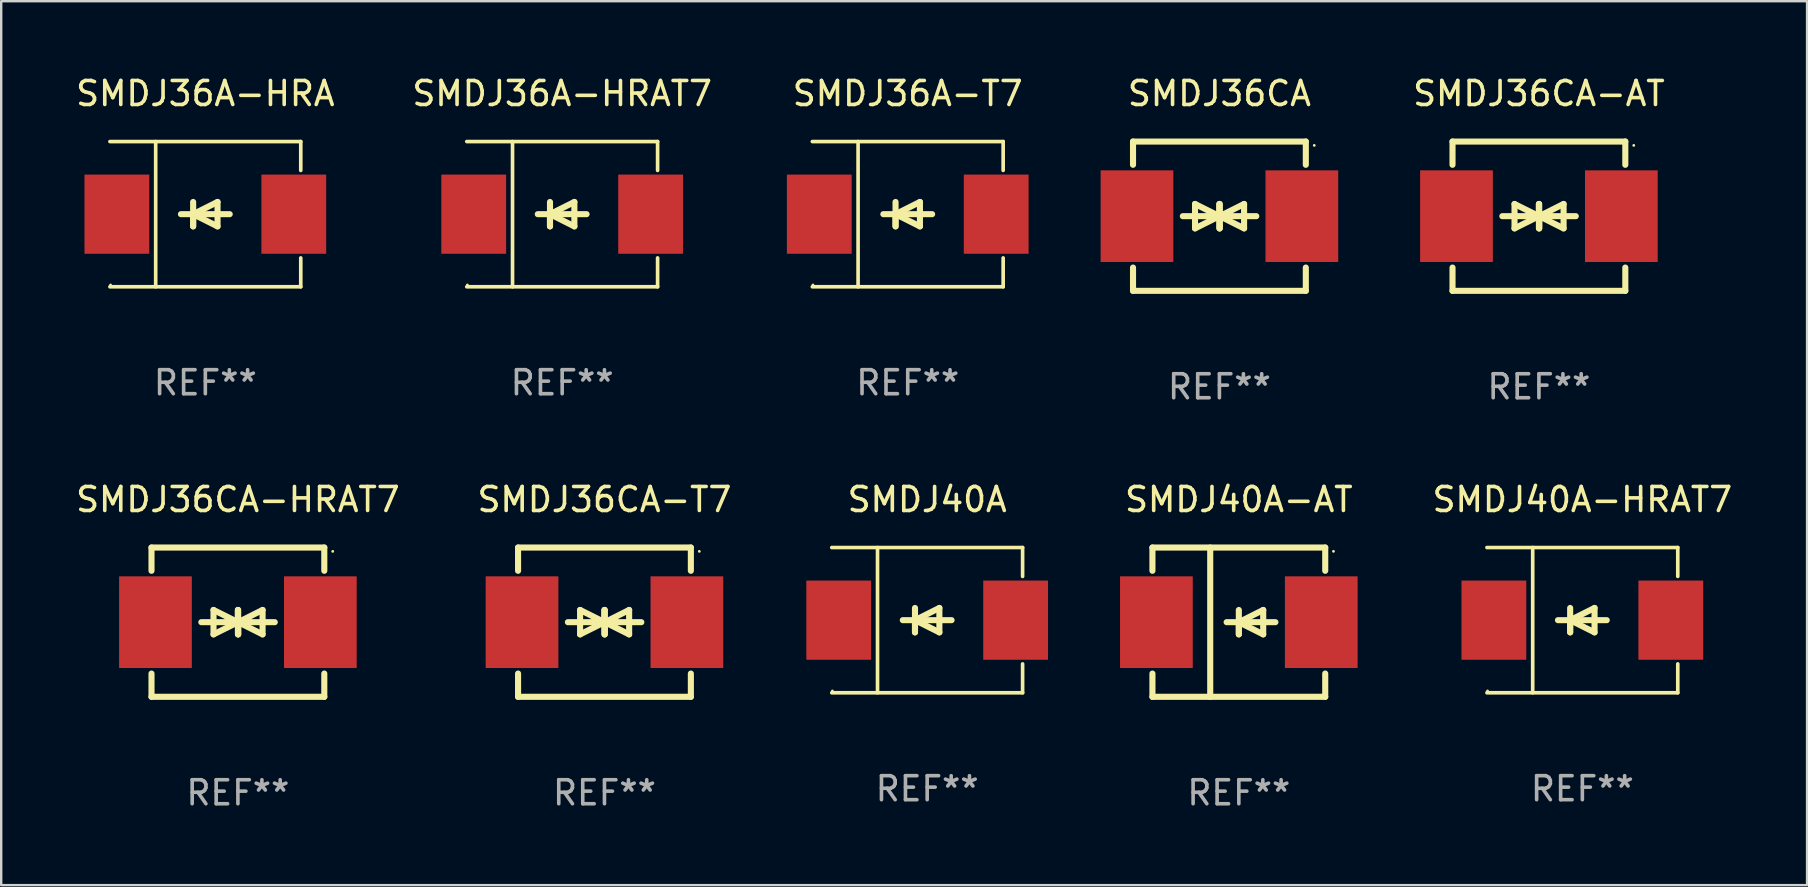
<source format=kicad_pcb>
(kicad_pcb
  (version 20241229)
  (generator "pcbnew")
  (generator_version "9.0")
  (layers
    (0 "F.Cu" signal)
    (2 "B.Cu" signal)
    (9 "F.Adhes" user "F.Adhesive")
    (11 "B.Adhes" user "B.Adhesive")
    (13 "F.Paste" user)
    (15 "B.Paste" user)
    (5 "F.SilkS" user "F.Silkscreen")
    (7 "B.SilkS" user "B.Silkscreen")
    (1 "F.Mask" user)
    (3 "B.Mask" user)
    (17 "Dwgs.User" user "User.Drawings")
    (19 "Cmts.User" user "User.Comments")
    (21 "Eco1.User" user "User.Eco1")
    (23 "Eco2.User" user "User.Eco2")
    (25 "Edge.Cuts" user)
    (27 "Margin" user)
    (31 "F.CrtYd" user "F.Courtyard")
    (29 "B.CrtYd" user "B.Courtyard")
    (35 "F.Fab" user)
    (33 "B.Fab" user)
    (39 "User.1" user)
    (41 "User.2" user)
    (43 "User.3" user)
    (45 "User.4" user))
  (footprint "SMDJ36CA-HRAT7"
    (layer "F.Cu")
    (at 6.863 22.875)
    (property "Reference" "SMDJ36CA-HRAT7" (at 0 -5.11 0) (layer "F.SilkS") (effects (font (size 1 1) (thickness 0.15))))
    (attr through_hole)
    (fp_line (start -3.6 -2.141) (end -3.6 -3.11) (stroke (width 0.254) (type solid)) (layer "F.SilkS"))
    (fp_line (start -3.6 3.11) (end -3.6 2.141) (stroke (width 0.254) (type solid)) (layer "F.SilkS"))
    (fp_line (start -1.524 0) (end 0.508 0) (stroke (width 0.254) (type solid)) (layer "F.SilkS"))
    (fp_line (start -1.016 -0.508) (end -1.016 0.508) (stroke (width 0.254) (type solid)) (layer "F.SilkS"))
    (fp_line (start -1.016 0.508) (end 0 0) (stroke (width 0.254) (type solid)) (layer "F.SilkS"))
    (fp_line (start 0 -0.508) (end 0 0.508) (stroke (width 0.254) (type solid)) (layer "F.SilkS"))
    (fp_line (start 0 0) (end -1.016 -0.508) (stroke (width 0.254) (type solid)) (layer "F.SilkS"))
    (fp_line (start 0 0) (end 0 -0.508) (stroke (width 0.254) (type solid)) (layer "F.SilkS"))
    (fp_line (start 0.012 0) (end 0.012 0.508) (stroke (width 0.254) (type solid)) (layer "F.SilkS"))
    (fp_line (start 0.012 0) (end 1.028 0.508) (stroke (width 0.254) (type solid)) (layer "F.SilkS"))
    (fp_line (start 0.012 0.508) (end 0.012 -0.508) (stroke (width 0.254) (type solid)) (layer "F.SilkS"))
    (fp_line (start 1.028 -0.508) (end 0.012 0) (stroke (width 0.254) (type solid)) (layer "F.SilkS"))
    (fp_line (start 1.028 0.508) (end 1.028 -0.508) (stroke (width 0.254) (type solid)) (layer "F.SilkS"))
    (fp_line (start 1.536 0) (end -0.496 0) (stroke (width 0.254) (type solid)) (layer "F.SilkS"))
    (fp_line (start 3.6 -3.11) (end -3.6 -3.11) (stroke (width 0.254) (type solid)) (layer "F.SilkS"))
    (fp_line (start 3.6 -2.141) (end 3.6 -3.11) (stroke (width 0.254) (type solid)) (layer "F.SilkS"))
    (fp_line (start 3.6 3.11) (end -3.6 3.11) (stroke (width 0.254) (type solid)) (layer "F.SilkS"))
    (fp_line (start 3.6 3.11) (end 3.6 2.141) (stroke (width 0.254) (type solid)) (layer "F.SilkS"))
    (fp_circle (center 3.952 -2.95) (end 3.982 -2.95) (stroke (width 0.06) (type solid)) (fill no) (layer "F.SilkS"))
    (fp_text user "REF**" (at 0 7.11 0) (layer "F.Fab") (effects (font (size 1 1) (thickness 0.15))))
    (pad "1" smd rect (at 3.435 0) (size 3.03 3.82) (layers "F.Cu" "F.Mask" "F.Paste"))
    (pad "2" smd rect (at -3.435 0) (size 3.03 3.82) (layers "F.Cu" "F.Mask" "F.Paste")))
  (footprint "SMDJ36CA-T7"
    (layer "F.Cu")
    (at 22.137 22.875)
    (property "Reference" "SMDJ36CA-T7" (at 0 -5.11 0) (layer "F.SilkS") (effects (font (size 1 1) (thickness 0.15))))
    (attr through_hole)
    (fp_line (start -3.6 -2.141) (end -3.6 -3.11) (stroke (width 0.254) (type solid)) (layer "F.SilkS"))
    (fp_line (start -3.6 3.11) (end -3.6 2.141) (stroke (width 0.254) (type solid)) (layer "F.SilkS"))
    (fp_line (start -1.524 0) (end 0.508 0) (stroke (width 0.254) (type solid)) (layer "F.SilkS"))
    (fp_line (start -1.016 -0.508) (end -1.016 0.508) (stroke (width 0.254) (type solid)) (layer "F.SilkS"))
    (fp_line (start -1.016 0.508) (end 0 0) (stroke (width 0.254) (type solid)) (layer "F.SilkS"))
    (fp_line (start 0 -0.508) (end 0 0.508) (stroke (width 0.254) (type solid)) (layer "F.SilkS"))
    (fp_line (start 0 0) (end -1.016 -0.508) (stroke (width 0.254) (type solid)) (layer "F.SilkS"))
    (fp_line (start 0 0) (end 0 -0.508) (stroke (width 0.254) (type solid)) (layer "F.SilkS"))
    (fp_line (start 0.012 0) (end 0.012 0.508) (stroke (width 0.254) (type solid)) (layer "F.SilkS"))
    (fp_line (start 0.012 0) (end 1.028 0.508) (stroke (width 0.254) (type solid)) (layer "F.SilkS"))
    (fp_line (start 0.012 0.508) (end 0.012 -0.508) (stroke (width 0.254) (type solid)) (layer "F.SilkS"))
    (fp_line (start 1.028 -0.508) (end 0.012 0) (stroke (width 0.254) (type solid)) (layer "F.SilkS"))
    (fp_line (start 1.028 0.508) (end 1.028 -0.508) (stroke (width 0.254) (type solid)) (layer "F.SilkS"))
    (fp_line (start 1.536 0) (end -0.496 0) (stroke (width 0.254) (type solid)) (layer "F.SilkS"))
    (fp_line (start 3.6 -3.11) (end -3.6 -3.11) (stroke (width 0.254) (type solid)) (layer "F.SilkS"))
    (fp_line (start 3.6 -2.141) (end 3.6 -3.11) (stroke (width 0.254) (type solid)) (layer "F.SilkS"))
    (fp_line (start 3.6 3.11) (end -3.6 3.11) (stroke (width 0.254) (type solid)) (layer "F.SilkS"))
    (fp_line (start 3.6 3.11) (end 3.6 2.141) (stroke (width 0.254) (type solid)) (layer "F.SilkS"))
    (fp_circle (center 3.952 -2.95) (end 3.982 -2.95) (stroke (width 0.06) (type solid)) (fill no) (layer "F.SilkS"))
    (fp_text user "REF**" (at 0 7.11 0) (layer "F.Fab") (effects (font (size 1 1) (thickness 0.15))))
    (pad "1" smd rect (at 3.435 0) (size 3.03 3.82) (layers "F.Cu" "F.Mask" "F.Paste"))
    (pad "2" smd rect (at -3.435 0) (size 3.03 3.82) (layers "F.Cu" "F.Mask" "F.Paste")))
  (footprint "SMDJ40A-AT"
    (layer "F.Cu")
    (at 48.57 22.875)
    (property "Reference" "SMDJ40A-AT" (at 0 -5.11 0) (layer "F.SilkS") (effects (font (size 1 1) (thickness 0.15))))
    (attr through_hole)
    (fp_line (start -3.6 -3.11) (end -3.6 -2.141) (stroke (width 0.254) (type solid)) (layer "F.SilkS"))
    (fp_line (start -3.6 -3.11) (end 3.6 -3.11) (stroke (width 0.254) (type solid)) (layer "F.SilkS"))
    (fp_line (start -3.6 2.141) (end -3.6 3.11) (stroke (width 0.254) (type solid)) (layer "F.SilkS"))
    (fp_line (start -3.6 3.11) (end 3.6 3.11) (stroke (width 0.254) (type solid)) (layer "F.SilkS"))
    (fp_line (start -1.192 -3.11) (end -1.192 3.11) (stroke (width 0.254) (type solid)) (layer "F.SilkS"))
    (fp_line (start 0 0) (end 0 0.508) (stroke (width 0.254) (type solid)) (layer "F.SilkS"))
    (fp_line (start 0 0) (end 1.016 0.508) (stroke (width 0.254) (type solid)) (layer "F.SilkS"))
    (fp_line (start 0 0.508) (end 0 -0.508) (stroke (width 0.254) (type solid)) (layer "F.SilkS"))
    (fp_line (start 1.016 -0.508) (end 0 0) (stroke (width 0.254) (type solid)) (layer "F.SilkS"))
    (fp_line (start 1.016 0.508) (end 1.016 -0.508) (stroke (width 0.254) (type solid)) (layer "F.SilkS"))
    (fp_line (start 1.524 0) (end -0.508 0) (stroke (width 0.254) (type solid)) (layer "F.SilkS"))
    (fp_line (start 3.6 -3.11) (end 3.6 -2.141) (stroke (width 0.254) (type solid)) (layer "F.SilkS"))
    (fp_line (start 3.6 2.141) (end 3.6 3.11) (stroke (width 0.254) (type solid)) (layer "F.SilkS"))
    (fp_circle (center 3.943 -2.952) (end 3.973 -2.952) (stroke (width 0.06) (type solid)) (fill no) (layer "F.SilkS"))
    (fp_text user "REF**" (at 0 7.11 0) (layer "F.Fab") (effects (font (size 1 1) (thickness 0.15))))
    (pad "1" smd rect (at 3.435 0 180) (size 3.03 3.82) (layers "F.Cu" "F.Mask" "F.Paste"))
    (pad "2" smd rect (at -3.435 0 180) (size 3.03 3.82) (layers "F.Cu" "F.Mask" "F.Paste")))
  (footprint "SMDJ36A-HRA"
    (layer "F.Cu")
    (at 5.506 5.874)
    (property "Reference" "SMDJ36A-HRA" (at 0 -5.026 0) (layer "F.SilkS") (effects (font (size 1 1) (thickness 0.15))))
    (attr through_hole)
    (fp_line (start -3.976 -3.026) (end 3.976 -3.026) (stroke (width 0.152) (type solid)) (layer "F.SilkS"))
    (fp_line (start -3.976 3.026) (end 3.976 3.026) (stroke (width 0.152) (type solid)) (layer "F.SilkS"))
    (fp_line (start -2.069 -3.026) (end -2.069 3.026) (stroke (width 0.152) (type solid)) (layer "F.SilkS"))
    (fp_line (start -0.508 0) (end -0.508 0.508) (stroke (width 0.254) (type solid)) (layer "F.SilkS"))
    (fp_line (start -0.508 0) (end 0.508 0.508) (stroke (width 0.254) (type solid)) (layer "F.SilkS"))
    (fp_line (start -0.508 0.508) (end -0.508 -0.508) (stroke (width 0.254) (type solid)) (layer "F.SilkS"))
    (fp_line (start 0.508 -0.508) (end -0.508 0) (stroke (width 0.254) (type solid)) (layer "F.SilkS"))
    (fp_line (start 0.508 0.508) (end 0.508 -0.508) (stroke (width 0.254) (type solid)) (layer "F.SilkS"))
    (fp_line (start 1.016 0) (end -1.016 0) (stroke (width 0.254) (type solid)) (layer "F.SilkS"))
    (fp_line (start 3.976 -3.026) (end 3.976 -1.823) (stroke (width 0.152) (type solid)) (layer "F.SilkS"))
    (fp_line (start 3.976 3.026) (end 3.976 1.823) (stroke (width 0.152) (type solid)) (layer "F.SilkS"))
    (fp_circle (center -3.95 2.95) (end -3.92 2.95) (stroke (width 0.06) (type solid)) (fill no) (layer "F.SilkS"))
    (fp_text user "REF**" (at 0 7.026 0) (layer "F.Fab") (effects (font (size 1 1) (thickness 0.15))))
    (pad "1" smd rect (at -3.686 0) (size 2.7 3.3) (layers "F.Cu" "F.Mask" "F.Paste"))
    (pad "2" smd rect (at 3.686 0) (size 2.7 3.3) (layers "F.Cu" "F.Mask" "F.Paste")))
  (footprint "SMDJ36A-T7"
    (layer "F.Cu")
    (at 34.774 5.874)
    (property "Reference" "SMDJ36A-T7" (at 0 -5.026 0) (layer "F.SilkS") (effects (font (size 1 1) (thickness 0.15))))
    (attr through_hole)
    (fp_line (start -3.976 -3.026) (end 3.976 -3.026) (stroke (width 0.152) (type solid)) (layer "F.SilkS"))
    (fp_line (start -3.976 3.026) (end 3.976 3.026) (stroke (width 0.152) (type solid)) (layer "F.SilkS"))
    (fp_line (start -2.069 -3.026) (end -2.069 3.026) (stroke (width 0.152) (type solid)) (layer "F.SilkS"))
    (fp_line (start -0.508 0) (end -0.508 0.508) (stroke (width 0.254) (type solid)) (layer "F.SilkS"))
    (fp_line (start -0.508 0) (end 0.508 0.508) (stroke (width 0.254) (type solid)) (layer "F.SilkS"))
    (fp_line (start -0.508 0.508) (end -0.508 -0.508) (stroke (width 0.254) (type solid)) (layer "F.SilkS"))
    (fp_line (start 0.508 -0.508) (end -0.508 0) (stroke (width 0.254) (type solid)) (layer "F.SilkS"))
    (fp_line (start 0.508 0.508) (end 0.508 -0.508) (stroke (width 0.254) (type solid)) (layer "F.SilkS"))
    (fp_line (start 1.016 0) (end -1.016 0) (stroke (width 0.254) (type solid)) (layer "F.SilkS"))
    (fp_line (start 3.976 -3.026) (end 3.976 -1.823) (stroke (width 0.152) (type solid)) (layer "F.SilkS"))
    (fp_line (start 3.976 3.026) (end 3.976 1.823) (stroke (width 0.152) (type solid)) (layer "F.SilkS"))
    (fp_circle (center -3.95 2.95) (end -3.92 2.95) (stroke (width 0.06) (type solid)) (fill no) (layer "F.SilkS"))
    (fp_text user "REF**" (at 0 7.026 0) (layer "F.Fab") (effects (font (size 1 1) (thickness 0.15))))
    (pad "1" smd rect (at -3.686 0) (size 2.7 3.3) (layers "F.Cu" "F.Mask" "F.Paste"))
    (pad "2" smd rect (at 3.686 0) (size 2.7 3.3) (layers "F.Cu" "F.Mask" "F.Paste")))
  (footprint "SMDJ40A-HRAT7"
    (layer "F.Cu")
    (at 62.884 22.791)
    (property "Reference" "SMDJ40A-HRAT7" (at 0 -5.026 0) (layer "F.SilkS") (effects (font (size 1 1) (thickness 0.15))))
    (attr through_hole)
    (fp_line (start -3.976 -3.026) (end 3.976 -3.026) (stroke (width 0.152) (type solid)) (layer "F.SilkS"))
    (fp_line (start -3.976 3.026) (end 3.976 3.026) (stroke (width 0.152) (type solid)) (layer "F.SilkS"))
    (fp_line (start -2.069 -3.026) (end -2.069 3.026) (stroke (width 0.152) (type solid)) (layer "F.SilkS"))
    (fp_line (start -0.508 0) (end -0.508 0.508) (stroke (width 0.254) (type solid)) (layer "F.SilkS"))
    (fp_line (start -0.508 0) (end 0.508 0.508) (stroke (width 0.254) (type solid)) (layer "F.SilkS"))
    (fp_line (start -0.508 0.508) (end -0.508 -0.508) (stroke (width 0.254) (type solid)) (layer "F.SilkS"))
    (fp_line (start 0.508 -0.508) (end -0.508 0) (stroke (width 0.254) (type solid)) (layer "F.SilkS"))
    (fp_line (start 0.508 0.508) (end 0.508 -0.508) (stroke (width 0.254) (type solid)) (layer "F.SilkS"))
    (fp_line (start 1.016 0) (end -1.016 0) (stroke (width 0.254) (type solid)) (layer "F.SilkS"))
    (fp_line (start 3.976 -3.026) (end 3.976 -1.823) (stroke (width 0.152) (type solid)) (layer "F.SilkS"))
    (fp_line (start 3.976 3.026) (end 3.976 1.823) (stroke (width 0.152) (type solid)) (layer "F.SilkS"))
    (fp_circle (center -3.95 2.95) (end -3.92 2.95) (stroke (width 0.06) (type solid)) (fill no) (layer "F.SilkS"))
    (fp_text user "REF**" (at 0 7.026 0) (layer "F.Fab") (effects (font (size 1 1) (thickness 0.15))))
    (pad "1" smd rect (at -3.686 0) (size 2.7 3.3) (layers "F.Cu" "F.Mask" "F.Paste"))
    (pad "2" smd rect (at 3.686 0) (size 2.7 3.3) (layers "F.Cu" "F.Mask" "F.Paste")))
  (footprint "SMDJ36CA"
    (layer "F.Cu")
    (at 47.761 5.958)
    (property "Reference" "SMDJ36CA" (at 0 -5.11 0) (layer "F.SilkS") (effects (font (size 1 1) (thickness 0.15))))
    (attr through_hole)
    (fp_line (start -3.6 -2.141) (end -3.6 -3.11) (stroke (width 0.254) (type solid)) (layer "F.SilkS"))
    (fp_line (start -3.6 3.11) (end -3.6 2.141) (stroke (width 0.254) (type solid)) (layer "F.SilkS"))
    (fp_line (start -1.524 0) (end 0.508 0) (stroke (width 0.254) (type solid)) (layer "F.SilkS"))
    (fp_line (start -1.016 -0.508) (end -1.016 0.508) (stroke (width 0.254) (type solid)) (layer "F.SilkS"))
    (fp_line (start -1.016 0.508) (end 0 0) (stroke (width 0.254) (type solid)) (layer "F.SilkS"))
    (fp_line (start 0 -0.508) (end 0 0.508) (stroke (width 0.254) (type solid)) (layer "F.SilkS"))
    (fp_line (start 0 0) (end -1.016 -0.508) (stroke (width 0.254) (type solid)) (layer "F.SilkS"))
    (fp_line (start 0 0) (end 0 -0.508) (stroke (width 0.254) (type solid)) (layer "F.SilkS"))
    (fp_line (start 0.012 0) (end 0.012 0.508) (stroke (width 0.254) (type solid)) (layer "F.SilkS"))
    (fp_line (start 0.012 0) (end 1.028 0.508) (stroke (width 0.254) (type solid)) (layer "F.SilkS"))
    (fp_line (start 0.012 0.508) (end 0.012 -0.508) (stroke (width 0.254) (type solid)) (layer "F.SilkS"))
    (fp_line (start 1.028 -0.508) (end 0.012 0) (stroke (width 0.254) (type solid)) (layer "F.SilkS"))
    (fp_line (start 1.028 0.508) (end 1.028 -0.508) (stroke (width 0.254) (type solid)) (layer "F.SilkS"))
    (fp_line (start 1.536 0) (end -0.496 0) (stroke (width 0.254) (type solid)) (layer "F.SilkS"))
    (fp_line (start 3.6 -3.11) (end -3.6 -3.11) (stroke (width 0.254) (type solid)) (layer "F.SilkS"))
    (fp_line (start 3.6 -2.141) (end 3.6 -3.11) (stroke (width 0.254) (type solid)) (layer "F.SilkS"))
    (fp_line (start 3.6 3.11) (end -3.6 3.11) (stroke (width 0.254) (type solid)) (layer "F.SilkS"))
    (fp_line (start 3.6 3.11) (end 3.6 2.141) (stroke (width 0.254) (type solid)) (layer "F.SilkS"))
    (fp_circle (center 3.952 -2.95) (end 3.982 -2.95) (stroke (width 0.06) (type solid)) (fill no) (layer "F.SilkS"))
    (fp_text user "REF**" (at 0 7.11 0) (layer "F.Fab") (effects (font (size 1 1) (thickness 0.15))))
    (pad "1" smd rect (at 3.435 0) (size 3.03 3.82) (layers "F.Cu" "F.Mask" "F.Paste"))
    (pad "2" smd rect (at -3.435 0) (size 3.03 3.82) (layers "F.Cu" "F.Mask" "F.Paste")))
  (footprint "SMDJ36A-HRAT7"
    (layer "F.Cu")
    (at 20.375 5.874)
    (property "Reference" "SMDJ36A-HRAT7" (at 0 -5.026 0) (layer "F.SilkS") (effects (font (size 1 1) (thickness 0.15))))
    (attr through_hole)
    (fp_line (start -3.976 -3.026) (end 3.976 -3.026) (stroke (width 0.152) (type solid)) (layer "F.SilkS"))
    (fp_line (start -3.976 3.026) (end 3.976 3.026) (stroke (width 0.152) (type solid)) (layer "F.SilkS"))
    (fp_line (start -2.069 -3.026) (end -2.069 3.026) (stroke (width 0.152) (type solid)) (layer "F.SilkS"))
    (fp_line (start -0.508 0) (end -0.508 0.508) (stroke (width 0.254) (type solid)) (layer "F.SilkS"))
    (fp_line (start -0.508 0) (end 0.508 0.508) (stroke (width 0.254) (type solid)) (layer "F.SilkS"))
    (fp_line (start -0.508 0.508) (end -0.508 -0.508) (stroke (width 0.254) (type solid)) (layer "F.SilkS"))
    (fp_line (start 0.508 -0.508) (end -0.508 0) (stroke (width 0.254) (type solid)) (layer "F.SilkS"))
    (fp_line (start 0.508 0.508) (end 0.508 -0.508) (stroke (width 0.254) (type solid)) (layer "F.SilkS"))
    (fp_line (start 1.016 0) (end -1.016 0) (stroke (width 0.254) (type solid)) (layer "F.SilkS"))
    (fp_line (start 3.976 -3.026) (end 3.976 -1.823) (stroke (width 0.152) (type solid)) (layer "F.SilkS"))
    (fp_line (start 3.976 3.026) (end 3.976 1.823) (stroke (width 0.152) (type solid)) (layer "F.SilkS"))
    (fp_circle (center -3.95 2.95) (end -3.92 2.95) (stroke (width 0.06) (type solid)) (fill no) (layer "F.SilkS"))
    (fp_text user "REF**" (at 0 7.026 0) (layer "F.Fab") (effects (font (size 1 1) (thickness 0.15))))
    (pad "1" smd rect (at -3.686 0) (size 2.7 3.3) (layers "F.Cu" "F.Mask" "F.Paste"))
    (pad "2" smd rect (at 3.686 0) (size 2.7 3.3) (layers "F.Cu" "F.Mask" "F.Paste")))
  (footprint "SMDJ40A"
    (layer "F.Cu")
    (at 35.584 22.791)
    (property "Reference" "SMDJ40A" (at 0 -5.026 0) (layer "F.SilkS") (effects (font (size 1 1) (thickness 0.15))))
    (attr through_hole)
    (fp_line (start -3.976 -3.026) (end 3.976 -3.026) (stroke (width 0.152) (type solid)) (layer "F.SilkS"))
    (fp_line (start -3.976 3.026) (end 3.976 3.026) (stroke (width 0.152) (type solid)) (layer "F.SilkS"))
    (fp_line (start -2.069 -3.026) (end -2.069 3.026) (stroke (width 0.152) (type solid)) (layer "F.SilkS"))
    (fp_line (start -0.508 0) (end -0.508 0.508) (stroke (width 0.254) (type solid)) (layer "F.SilkS"))
    (fp_line (start -0.508 0) (end 0.508 0.508) (stroke (width 0.254) (type solid)) (layer "F.SilkS"))
    (fp_line (start -0.508 0.508) (end -0.508 -0.508) (stroke (width 0.254) (type solid)) (layer "F.SilkS"))
    (fp_line (start 0.508 -0.508) (end -0.508 0) (stroke (width 0.254) (type solid)) (layer "F.SilkS"))
    (fp_line (start 0.508 0.508) (end 0.508 -0.508) (stroke (width 0.254) (type solid)) (layer "F.SilkS"))
    (fp_line (start 1.016 0) (end -1.016 0) (stroke (width 0.254) (type solid)) (layer "F.SilkS"))
    (fp_line (start 3.976 -3.026) (end 3.976 -1.823) (stroke (width 0.152) (type solid)) (layer "F.SilkS"))
    (fp_line (start 3.976 3.026) (end 3.976 1.823) (stroke (width 0.152) (type solid)) (layer "F.SilkS"))
    (fp_circle (center -3.95 2.95) (end -3.92 2.95) (stroke (width 0.06) (type solid)) (fill no) (layer "F.SilkS"))
    (fp_text user "REF**" (at 0 7.026 0) (layer "F.Fab") (effects (font (size 1 1) (thickness 0.15))))
    (pad "1" smd rect (at -3.686 0) (size 2.7 3.3) (layers "F.Cu" "F.Mask" "F.Paste"))
    (pad "2" smd rect (at 3.686 0) (size 2.7 3.3) (layers "F.Cu" "F.Mask" "F.Paste")))
  (footprint "SMDJ36CA-AT"
    (layer "F.Cu")
    (at 61.074 5.958)
    (property "Reference" "SMDJ36CA-AT" (at 0 -5.11 0) (layer "F.SilkS") (effects (font (size 1 1) (thickness 0.15))))
    (attr through_hole)
    (fp_line (start -3.6 -2.141) (end -3.6 -3.11) (stroke (width 0.254) (type solid)) (layer "F.SilkS"))
    (fp_line (start -3.6 3.11) (end -3.6 2.141) (stroke (width 0.254) (type solid)) (layer "F.SilkS"))
    (fp_line (start -1.524 0) (end 0.508 0) (stroke (width 0.254) (type solid)) (layer "F.SilkS"))
    (fp_line (start -1.016 -0.508) (end -1.016 0.508) (stroke (width 0.254) (type solid)) (layer "F.SilkS"))
    (fp_line (start -1.016 0.508) (end 0 0) (stroke (width 0.254) (type solid)) (layer "F.SilkS"))
    (fp_line (start 0 -0.508) (end 0 0.508) (stroke (width 0.254) (type solid)) (layer "F.SilkS"))
    (fp_line (start 0 0) (end -1.016 -0.508) (stroke (width 0.254) (type solid)) (layer "F.SilkS"))
    (fp_line (start 0 0) (end 0 -0.508) (stroke (width 0.254) (type solid)) (layer "F.SilkS"))
    (fp_line (start 0.012 0) (end 0.012 0.508) (stroke (width 0.254) (type solid)) (layer "F.SilkS"))
    (fp_line (start 0.012 0) (end 1.028 0.508) (stroke (width 0.254) (type solid)) (layer "F.SilkS"))
    (fp_line (start 0.012 0.508) (end 0.012 -0.508) (stroke (width 0.254) (type solid)) (layer "F.SilkS"))
    (fp_line (start 1.028 -0.508) (end 0.012 0) (stroke (width 0.254) (type solid)) (layer "F.SilkS"))
    (fp_line (start 1.028 0.508) (end 1.028 -0.508) (stroke (width 0.254) (type solid)) (layer "F.SilkS"))
    (fp_line (start 1.536 0) (end -0.496 0) (stroke (width 0.254) (type solid)) (layer "F.SilkS"))
    (fp_line (start 3.6 -3.11) (end -3.6 -3.11) (stroke (width 0.254) (type solid)) (layer "F.SilkS"))
    (fp_line (start 3.6 -2.141) (end 3.6 -3.11) (stroke (width 0.254) (type solid)) (layer "F.SilkS"))
    (fp_line (start 3.6 3.11) (end -3.6 3.11) (stroke (width 0.254) (type solid)) (layer "F.SilkS"))
    (fp_line (start 3.6 3.11) (end 3.6 2.141) (stroke (width 0.254) (type solid)) (layer "F.SilkS"))
    (fp_circle (center 3.952 -2.95) (end 3.982 -2.95) (stroke (width 0.06) (type solid)) (fill no) (layer "F.SilkS"))
    (fp_text user "REF**" (at 0 7.11 0) (layer "F.Fab") (effects (font (size 1 1) (thickness 0.15))))
    (pad "1" smd rect (at 3.435 0) (size 3.03 3.82) (layers "F.Cu" "F.Mask" "F.Paste"))
    (pad "2" smd rect (at -3.435 0) (size 3.03 3.82) (layers "F.Cu" "F.Mask" "F.Paste")))
  (gr_rect
    (start -3 -3)
    (end 72.247 33.833)
    (stroke (width 0.1) (type default))
    (fill no)
    (layer "Edge.Cuts")))
</source>
